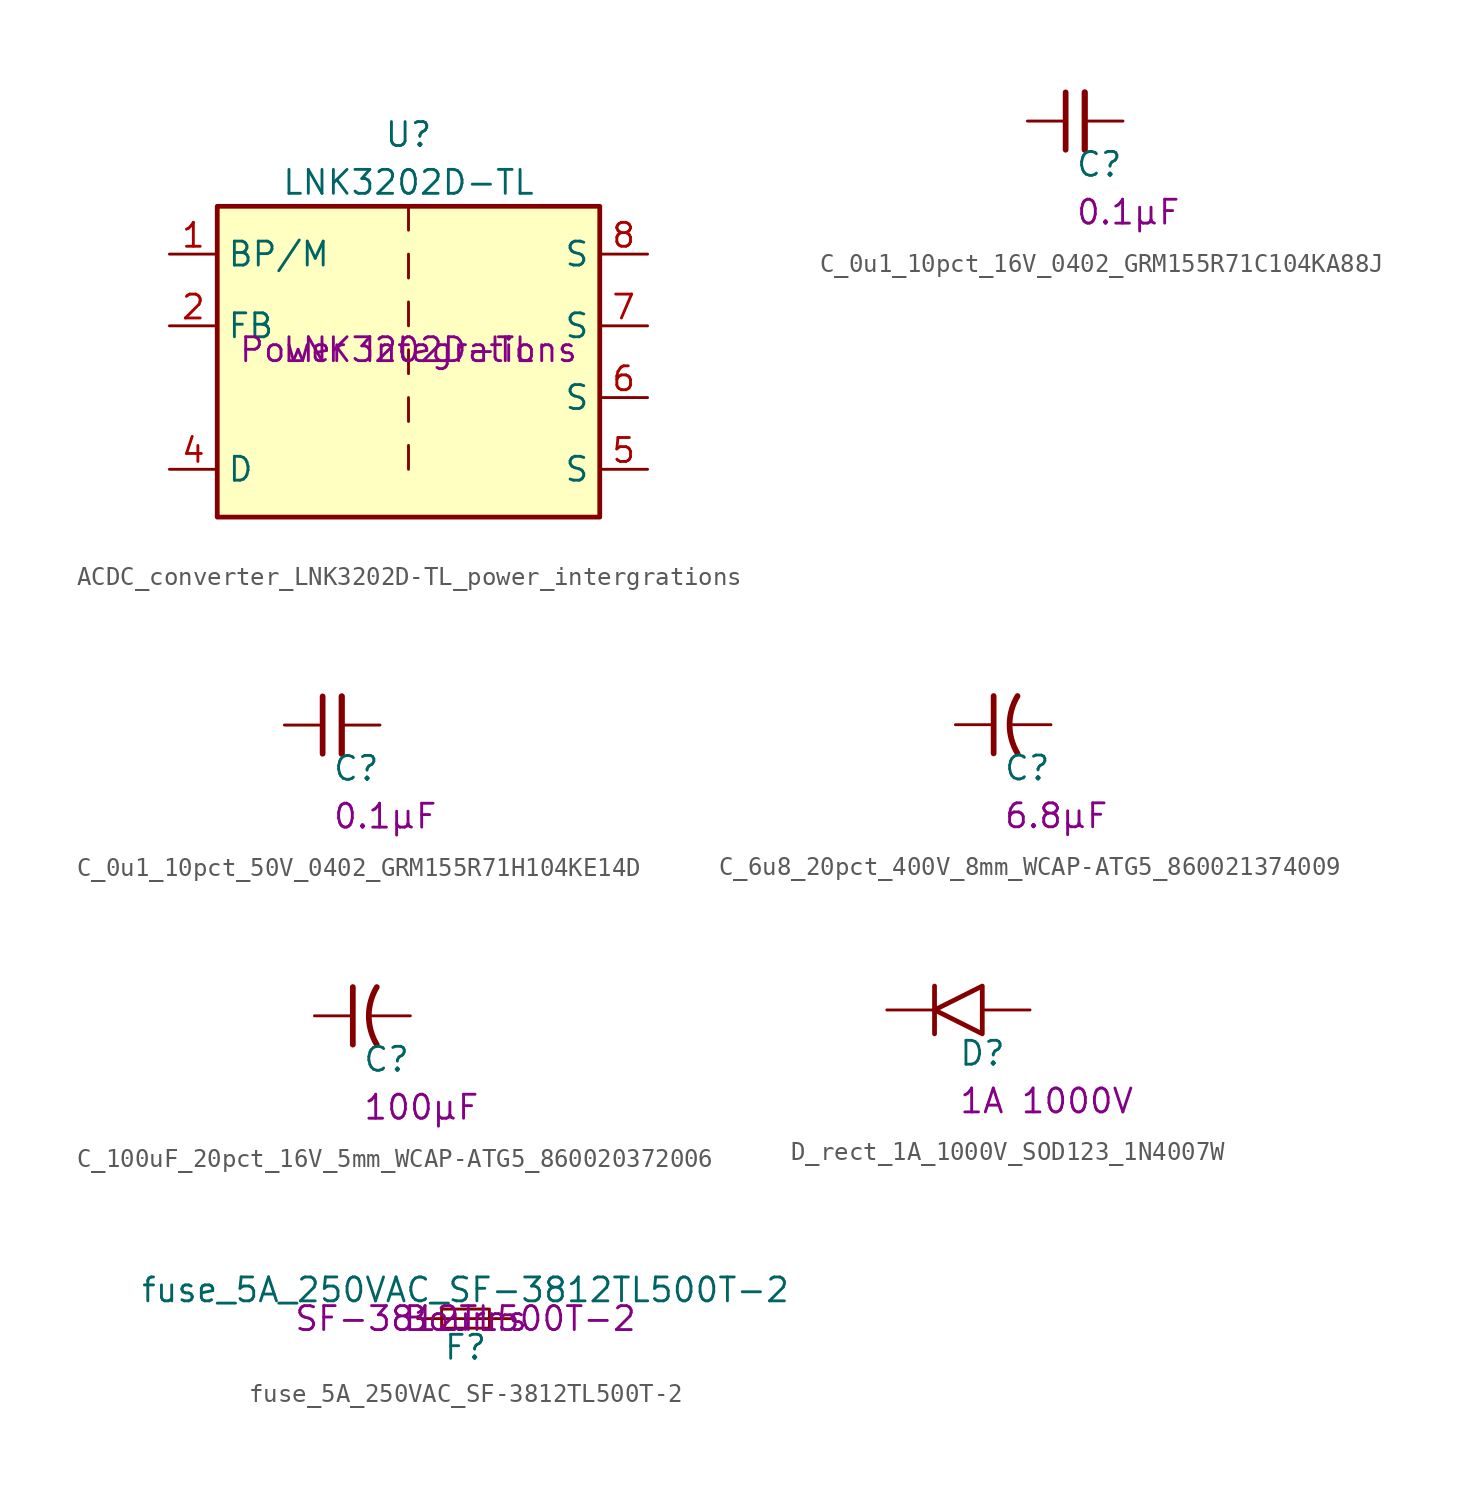
<source format=kicad_sym>
(kicad_symbol_lib
  (version 20231120)
  (generator "kicad_symbol_editor")
  (generator_version "8.0")
  (symbol "ACDC_converter_LNK3202D-TL_power_intergrations"
    (property "Reference" "U"
      (at 0 11.43 0)
      (effects (font (size 1.27 1.27))))
    (property "Value" "LNK3202D-TL"
      (at 0 8.89 0)
      (effects (font (size 1.27 1.27))))
    (property "MPN" "LNK3202D-TL"
      (at 0 0 0)
      (effects (font (size 1.27 1.27))))
    (property "Manufacturer" "Power Integrations"
      (at 0 0 0)
      (effects (font (size 1.27 1.27))))
    (symbol "ACDC_converter_LNK3202D-TL_power_intergrations_0_1"
      (rectangle (start -10.16 7.62) (end 10.16 -8.89) (stroke (width 0.254) (type default)) (fill (type background)))
      (polyline (pts (xy 0 -5.08) (xy 0 -6.35)) (stroke (width 0) (type default)) (fill (type none)))
      (polyline (pts (xy 0 -2.54) (xy 0 -3.81)) (stroke (width 0) (type default)) (fill (type none)))
      (polyline (pts (xy 0 0) (xy 0 -1.27)) (stroke (width 0) (type default)) (fill (type none)))
      (polyline (pts (xy 0 2.54) (xy 0 1.27)) (stroke (width 0) (type default)) (fill (type none)))
      (polyline (pts (xy 0 5.08) (xy 0 3.81)) (stroke (width 0) (type default)) (fill (type none)))
      (polyline (pts (xy 0 7.62) (xy 0 6.35)) (stroke (width 0) (type default)) (fill (type none))))
    (symbol "ACDC_converter_LNK3202D-TL_power_intergrations_1_1"
      (pin bidirectional line (at -12.7 5.08 0) (length 2.54) (name "BP/M" (effects (font (size 1.27 1.27)))) (number "1" (effects (font (size 1.27 1.27)))))
      (pin bidirectional line (at -12.7 1.27 0) (length 2.54) (name "FB" (effects (font (size 1.27 1.27)))) (number "2" (effects (font (size 1.27 1.27)))))
      (pin bidirectional line (at -12.7 -6.35 0) (length 2.54) (name "D" (effects (font (size 1.27 1.27)))) (number "4" (effects (font (size 1.27 1.27)))))
      (pin bidirectional line (at 12.7 -6.35 180) (length 2.54) (name "S" (effects (font (size 1.27 1.27)))) (number "5" (effects (font (size 1.27 1.27)))))
      (pin bidirectional line (at 12.7 -2.54 180) (length 2.54) (name "S" (effects (font (size 1.27 1.27)))) (number "6" (effects (font (size 1.27 1.27)))))
      (pin bidirectional line (at 12.7 1.27 180) (length 2.54) (name "S" (effects (font (size 1.27 1.27)))) (number "7" (effects (font (size 1.27 1.27)))))
      (pin bidirectional line (at 12.7 5.08 180) (length 2.54) (name "S" (effects (font (size 1.27 1.27)))) (number "8" (effects (font (size 1.27 1.27)))))))
  (symbol "C_0u1_10pct_16V_0402_GRM155R71C104KA88J"
    (pin_numbers hide)
    (pin_names hide)
    (property "Reference" "C"
      (at 0 -3.048 0)
      (effects (font (size 1.27 1.27) (thickness 0.15)) (justify left bottom)))
    (property "Val" "0.1µF"
      (at 0 -5.588 0)
      (effects (font (size 1.27 1.27)) (justify left bottom)))
    (symbol "C_0u1_10pct_16V_0402_GRM155R71C104KA88J_0_1"
      (polyline (pts (xy -0.508 -1.524) (xy -0.508 1.524)) (stroke (width 0.305) (type default)) (fill (type none)))
      (polyline (pts (xy 0.508 -1.524) (xy 0.508 1.524)) (stroke (width 0.33) (type default)) (fill (type none))))
    (symbol "C_0u1_10pct_16V_0402_GRM155R71C104KA88J_1_1"
      (pin passive line (at -2.54 0 0) (length 2.032) (name "~" (effects (font (size 1.27 1.27)))) (number "1" (effects (font (size 1.27 1.27)))))
      (pin passive line (at 2.54 0 180) (length 2.032) (name "~" (effects (font (size 1.27 1.27)))) (number "2" (effects (font (size 1.27 1.27)))))))
  (symbol "C_0u1_10pct_50V_0402_GRM155R71H104KE14D"
    (pin_numbers hide)
    (pin_names hide)
    (property "Reference" "C"
      (at 0 -3.048 0)
      (effects (font (size 1.27 1.27) (thickness 0.15)) (justify left bottom)))
    (property "Val" "0.1µF"
      (at 0 -5.588 0)
      (effects (font (size 1.27 1.27)) (justify left bottom)))
    (symbol "C_0u1_10pct_50V_0402_GRM155R71H104KE14D_0_1"
      (polyline (pts (xy -0.508 -1.524) (xy -0.508 1.524)) (stroke (width 0.305) (type default)) (fill (type none)))
      (polyline (pts (xy 0.508 -1.524) (xy 0.508 1.524)) (stroke (width 0.33) (type default)) (fill (type none))))
    (symbol "C_0u1_10pct_50V_0402_GRM155R71H104KE14D_1_1"
      (pin passive line (at -2.54 0 0) (length 2.032) (name "~" (effects (font (size 1.27 1.27)))) (number "1" (effects (font (size 1.27 1.27)))))
      (pin passive line (at 2.54 0 180) (length 2.032) (name "~" (effects (font (size 1.27 1.27)))) (number "2" (effects (font (size 1.27 1.27)))))))
  (symbol "C_6u8_20pct_400V_8mm_WCAP-ATG5_860021374009"
    (pin_numbers hide)
    (pin_names hide)
    (property "Reference" "C"
      (at 0 -3.048 0)
      (effects (font (size 1.27 1.27) (thickness 0.15)) (justify left bottom)))
    (property "Val" "6.8µF"
      (at 0 -5.588 0)
      (effects (font (size 1.27 1.27)) (justify left bottom)))
    (symbol "C_6u8_20pct_400V_8mm_WCAP-ATG5_860021374009_0_1"
      (polyline (pts (xy -0.508 -1.524) (xy -0.508 1.524)) (stroke (width 0.305) (type default)) (fill (type none))))
    (symbol "C_6u8_20pct_400V_8mm_WCAP-ATG5_860021374009_1_1"
      (arc (start 0.7619 1.524) (mid 0.3398 0) (end 0.7619 -1.524) (stroke (width 0.3048) (type default)) (fill (type none)))
      (pin passive line (at -2.54 0 0) (length 2.032) (name "~" (effects (font (size 1.27 1.27)))) (number "1" (effects (font (size 1.27 1.27)))))
      (pin passive line (at 2.54 0 180) (length 2.032) (name "~" (effects (font (size 1.27 1.27)))) (number "2" (effects (font (size 1.27 1.27)))))))
  (symbol "C_100uF_20pct_16V_5mm_WCAP-ATG5_860020372006"
    (pin_numbers hide)
    (pin_names hide)
    (property "Reference" "C"
      (at 0 -3.048 0)
      (effects (font (size 1.27 1.27) (thickness 0.15)) (justify left bottom)))
    (property "Val" "100µF"
      (at 0 -5.588 0)
      (effects (font (size 1.27 1.27)) (justify left bottom)))
    (symbol "C_100uF_20pct_16V_5mm_WCAP-ATG5_860020372006_0_1"
      (polyline (pts (xy -0.508 -1.524) (xy -0.508 1.524)) (stroke (width 0.305) (type default)) (fill (type none))))
    (symbol "C_100uF_20pct_16V_5mm_WCAP-ATG5_860020372006_1_1"
      (arc (start 0.7619 1.524) (mid 0.3398 0) (end 0.7619 -1.524) (stroke (width 0.3048) (type default)) (fill (type none)))
      (pin passive line (at -2.54 0 0) (length 2.032) (name "~" (effects (font (size 1.27 1.27)))) (number "1" (effects (font (size 1.27 1.27)))))
      (pin passive line (at 2.54 0 180) (length 2.032) (name "~" (effects (font (size 1.27 1.27)))) (number "2" (effects (font (size 1.27 1.27)))))))
  (symbol "D_rect_1A_1000V_SOD123_1N4007W"
    (pin_numbers hide)
    (pin_names hide)
    (property "Reference" "D"
      (at 0 -3.048 0)
      (effects (font (size 1.27 1.27) (thickness 0.15)) (justify left bottom)))
    (property "Val" "1A 1000V"
      (at 0 -5.588 0)
      (effects (font (size 1.27 1.27)) (justify left bottom)))
    (symbol "D_rect_1A_1000V_SOD123_1N4007W_0_1"
      (polyline (pts (xy -1.27 1.27) (xy -1.27 -1.27)) (stroke (width 0.254) (type default)) (fill (type none)))
      (polyline (pts (xy 1.27 1.27) (xy 1.27 -1.27) (xy -1.27 0) (xy 1.27 1.27)) (stroke (width 0.254) (type default)) (fill (type none))))
    (symbol "D_rect_1A_1000V_SOD123_1N4007W_1_1"
      (pin passive line (at -3.81 0 0) (length 2.54) (name "K" (effects (font (size 1.27 1.27)))) (number "1" (effects (font (size 1.27 1.27)))))
      (pin passive line (at 3.81 0 180) (length 2.54) (name "A" (effects (font (size 1.27 1.27)))) (number "2" (effects (font (size 1.27 1.27)))))))
  (symbol "fuse_5A_250VAC_SF-3812TL500T-2"
    (pin_numbers hide)
    (pin_names
      (offset 0.254) hide)
    (property "Reference" "F"
      (at 0 -1.524 0)
      (effects (font (size 1.27 1.27))))
    (property "Value" "fuse_5A_250VAC_SF-3812TL500T-2"
      (at 0 1.524 0)
      (effects (font (size 1.27 1.27))))
    (property "MPN" "SF-3812TL500T-2"
      (at 0 0 0)
      (effects (font (size 1.27 1.27))))
    (property "Manufacturer" "Bourns"
      (at 0 0 0)
      (effects (font (size 1.27 1.27))))
    (symbol "fuse_5A_250VAC_SF-3812TL500T-2_0_1"
      (rectangle (start -1.27 0.508) (end 1.27 -0.508) (stroke (width 0) (type default)) (fill (type none)))
      (polyline (pts (xy -1.27 0) (xy 1.27 0)) (stroke (width 0) (type default)) (fill (type none))))
    (symbol "fuse_5A_250VAC_SF-3812TL500T-2_1_1"
      (pin passive line (at -2.54 0 0) (length 1.27) (name "~" (effects (font (size 1.27 1.27)))) (number "1" (effects (font (size 1.27 1.27)))))
      (pin passive line (at 2.54 0 180) (length 1.27) (name "~" (effects (font (size 1.27 1.27)))) (number "2" (effects (font (size 1.27 1.27))))))))
</source>
